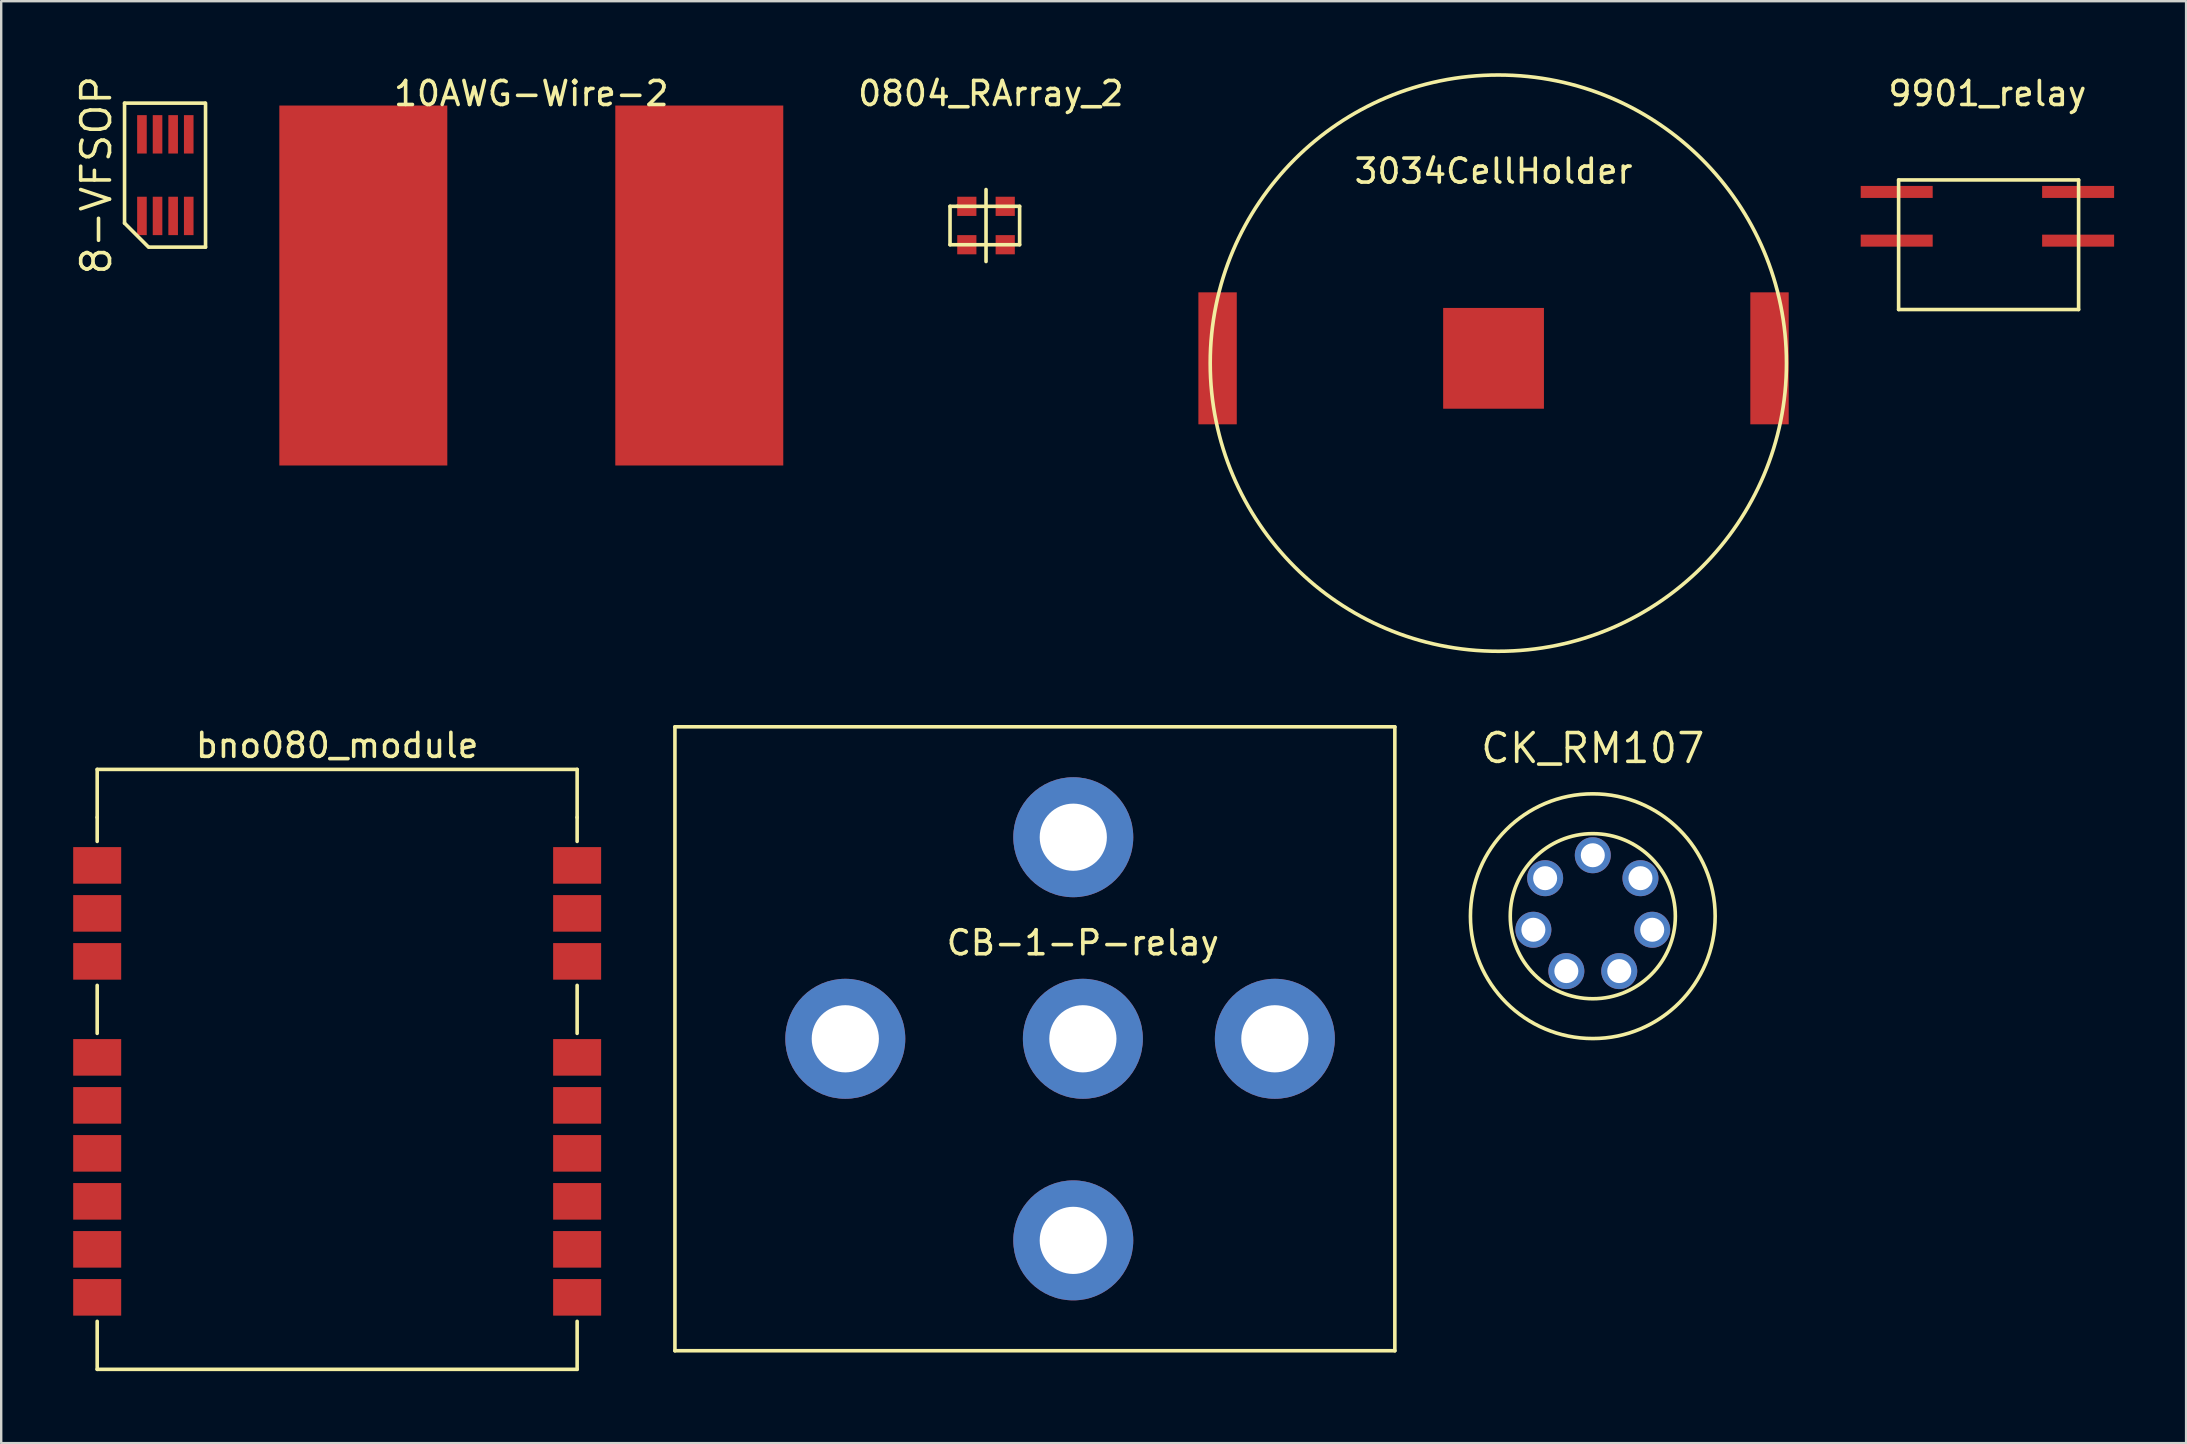
<source format=kicad_pcb>
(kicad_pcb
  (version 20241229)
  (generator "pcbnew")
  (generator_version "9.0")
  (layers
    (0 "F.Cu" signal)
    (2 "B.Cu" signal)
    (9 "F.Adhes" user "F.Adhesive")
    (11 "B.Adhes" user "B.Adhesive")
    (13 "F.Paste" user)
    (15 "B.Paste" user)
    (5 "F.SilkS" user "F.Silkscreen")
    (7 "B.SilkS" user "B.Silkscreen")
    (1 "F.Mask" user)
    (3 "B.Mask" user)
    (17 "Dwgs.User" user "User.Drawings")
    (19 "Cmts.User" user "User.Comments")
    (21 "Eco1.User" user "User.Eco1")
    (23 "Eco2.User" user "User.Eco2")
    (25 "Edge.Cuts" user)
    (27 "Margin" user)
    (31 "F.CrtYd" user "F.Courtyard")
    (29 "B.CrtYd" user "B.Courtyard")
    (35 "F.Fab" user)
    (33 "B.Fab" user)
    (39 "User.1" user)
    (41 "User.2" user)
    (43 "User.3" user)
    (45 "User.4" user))
  (footprint "3034CellHolder"
    (layer "F.Cu")
    (at 59.188 11.882)
    (property "Reference" "3034CellHolder" (at 0 -7.8 0) (layer "F.SilkS") (effects (font (size 1 1) (thickness 0.15))))
    (attr through_hole)
    (fp_circle (center 0.2 0.2) (end 12.2 -0.2) (stroke (width 0.15) (type solid)) (fill no) (layer "F.SilkS"))
    (pad "1" smd rect (at -11.5 0) (size 1.6 5.5) (layers "F.Cu" "F.Mask" "F.Paste"))
    (pad "1" smd rect (at 11.5 0) (size 1.6 5.5) (layers "F.Cu" "F.Mask" "F.Paste"))
    (pad "2" smd rect (at 0 0) (size 4.2 4.2) (layers "F.Cu" "F.Mask" "F.Paste")))
  (footprint "10AWG-Wire-2"
    (layer "F.Cu")
    (at 19.09 8.848)
    (property "Reference" "10AWG-Wire-2" (at 0 -8 0) (layer "F.SilkS") (effects (font (size 1 1) (thickness 0.15))))
    (attr through_hole)
    (pad "1" smd rect (at -7 0) (size 7 15) (layers "F.Cu" "F.Mask" "F.Paste"))
    (pad "2" smd rect (at 7 0) (size 7 15) (layers "F.Cu" "F.Mask" "F.Paste")))
  (footprint "8-VFSOP"
    (layer "F.Cu")
    (at 3.84 4.248)
    (property "Reference" "8-VFSOP" (at -2.875 0 90) (layer "F.SilkS") (effects (font (size 1.2 1.2) (thickness 0.15))))
    (attr through_hole)
    (fp_line (start -1.7 -3) (end -1.7 2) (stroke (width 0.15) (type solid)) (layer "F.SilkS"))
    (fp_line (start -1.7 -3) (end 1.65 -3) (stroke (width 0.15) (type solid)) (layer "F.SilkS"))
    (fp_line (start -1.7 2) (end -0.7 3) (stroke (width 0.15) (type solid)) (layer "F.SilkS"))
    (fp_line (start 1.675 3) (end -0.675 3) (stroke (width 0.15) (type solid)) (layer "F.SilkS"))
    (fp_line (start 1.675 3) (end 1.675 -3) (stroke (width 0.15) (type solid)) (layer "F.SilkS"))
    (pad "1" smd rect (at -0.975 1.7) (size 0.4 1.6) (layers "F.Cu" "F.Mask" "F.Paste"))
    (pad "2" smd rect (at -0.325 1.7) (size 0.4 1.6) (layers "F.Cu" "F.Mask" "F.Paste"))
    (pad "3" smd rect (at 0.325 1.7) (size 0.4 1.6) (layers "F.Cu" "F.Mask" "F.Paste"))
    (pad "4" smd rect (at 0.975 1.7) (size 0.4 1.6) (layers "F.Cu" "F.Mask" "F.Paste"))
    (pad "5" smd rect (at 0.975 -1.7) (size 0.4 1.6) (layers "F.Cu" "F.Mask" "F.Paste"))
    (pad "6" smd rect (at 0.325 -1.7) (size 0.4 1.6) (layers "F.Cu" "F.Mask" "F.Paste"))
    (pad "7" smd rect (at -0.325 -1.7) (size 0.4 1.6) (layers "F.Cu" "F.Mask" "F.Paste"))
    (pad "8" smd rect (at -0.975 -1.7) (size 0.4 1.6) (layers "F.Cu" "F.Mask" "F.Paste")))
  (footprint "9901_relay"
    (layer "F.Cu")
    (at 79.768 4.948)
    (property "Reference" "9901_relay" (at 0 -4.1 0) (layer "F.SilkS") (effects (font (size 1 1) (thickness 0.15))))
    (attr through_hole)
    (fp_line (start -3.7 -0.5) (end -3.7 4.9) (stroke (width 0.15) (type solid)) (layer "F.SilkS"))
    (fp_line (start -3.7 4.9) (end 3.8 4.9) (stroke (width 0.15) (type solid)) (layer "F.SilkS"))
    (fp_line (start 3.8 -0.5) (end -3.7 -0.5) (stroke (width 0.15) (type solid)) (layer "F.SilkS"))
    (fp_line (start 3.8 4.9) (end 3.8 -0.5) (stroke (width 0.15) (type solid)) (layer "F.SilkS"))
    (pad "1" smd rect (at -3.78 0) (size 3 0.5) (layers "F.Cu" "F.Mask" "F.Paste"))
    (pad "2" smd rect (at 3.78 0) (size 3 0.5) (layers "F.Cu" "F.Mask" "F.Paste"))
    (pad "5" smd rect (at -3.78 2.03) (size 3 0.5) (layers "F.Cu" "F.Mask" "F.Paste"))
    (pad "6" smd rect (at 3.78 2.03) (size 3 0.5) (layers "F.Cu" "F.Mask" "F.Paste")))
  (footprint "CB-1-P-relay"
    (layer "F.Cu")
    (at 42.075 40.238)
    (property "Reference" "CB-1-P-relay" (at 0 -4 0) (layer "F.SilkS") (effects (font (size 1 1) (thickness 0.15))))
    (attr through_hole)
    (fp_line (start -17 -13) (end 13 -13) (stroke (width 0.15) (type solid)) (layer "F.SilkS"))
    (fp_line (start -17 13) (end -17 -13) (stroke (width 0.15) (type solid)) (layer "F.SilkS"))
    (fp_line (start 13 -13) (end 13 13) (stroke (width 0.15) (type solid)) (layer "F.SilkS"))
    (fp_line (start 13 13) (end -17 13) (stroke (width 0.15) (type solid)) (layer "F.SilkS"))
    (pad "30" thru_hole circle (at -9.9 0) (size 5 5) (drill 2.8) (layers "*.Cu" "*.Mask"))
    (pad "85" thru_hole circle (at -0.4 8.4) (size 5 5) (drill 2.8) (layers "*.Cu" "*.Mask"))
    (pad "86" thru_hole circle (at -0.4 -8.4) (size 5 5) (drill 2.8) (layers "*.Cu" "*.Mask"))
    (pad "87" thru_hole circle (at 8 0) (size 5 5) (drill 2.8) (layers "*.Cu" "*.Mask"))
    (pad "87a" thru_hole circle (at 0 0) (size 5 5) (drill 2.8) (layers "*.Cu" "*.Mask")))
  (footprint "bno080_module"
    (layer "F.Cu")
    (at 11 46.012)
    (property "Reference" "bno080_module" (at 0 -18 0) (layer "F.SilkS") (effects (font (size 1 1) (thickness 0.15))))
    (attr through_hole)
    (fp_line (start -10 -17) (end -10 -15) (stroke (width 0.15) (type solid)) (layer "F.SilkS"))
    (fp_line (start -10 -17) (end 10 -17) (stroke (width 0.15) (type solid)) (layer "F.SilkS"))
    (fp_line (start -10 -14) (end -10 -15) (stroke (width 0.15) (type solid)) (layer "F.SilkS"))
    (fp_line (start -10 -8) (end -10 -6) (stroke (width 0.15) (type solid)) (layer "F.SilkS"))
    (fp_line (start -10 6) (end -10 8) (stroke (width 0.15) (type solid)) (layer "F.SilkS"))
    (fp_line (start -10 8) (end 10 8) (stroke (width 0.15) (type solid)) (layer "F.SilkS"))
    (fp_line (start 10 -17) (end 10 -15) (stroke (width 0.15) (type solid)) (layer "F.SilkS"))
    (fp_line (start 10 -15) (end 10 -14) (stroke (width 0.15) (type solid)) (layer "F.SilkS"))
    (fp_line (start 10 -8) (end 10 -6) (stroke (width 0.15) (type solid)) (layer "F.SilkS"))
    (fp_line (start 10 8) (end 10 6) (stroke (width 0.15) (type solid)) (layer "F.SilkS"))
    (pad "1" smd rect (at -10 -13) (size 2 1.524) (layers "F.Cu" "F.Mask" "F.Paste"))
    (pad "2" smd rect (at -10 -11) (size 2 1.524) (layers "F.Cu" "F.Mask" "F.Paste"))
    (pad "3" smd rect (at -10 -9) (size 2 1.524) (layers "F.Cu" "F.Mask" "F.Paste"))
    (pad "4" smd rect (at -10 -5) (size 2 1.524) (layers "F.Cu" "F.Mask" "F.Paste"))
    (pad "5" smd rect (at -10 -3) (size 2 1.524) (layers "F.Cu" "F.Mask" "F.Paste"))
    (pad "6" smd rect (at -10 -1) (size 2 1.524) (layers "F.Cu" "F.Mask" "F.Paste"))
    (pad "7" smd rect (at -10 1) (size 2 1.524) (layers "F.Cu" "F.Mask" "F.Paste"))
    (pad "8" smd rect (at -10 3) (size 2 1.524) (layers "F.Cu" "F.Mask" "F.Paste"))
    (pad "9" smd rect (at -10 5) (size 2 1.524) (layers "F.Cu" "F.Mask" "F.Paste"))
    (pad "10" smd rect (at 10 5) (size 2 1.524) (layers "F.Cu" "F.Mask" "F.Paste"))
    (pad "11" smd rect (at 10 3) (size 2 1.524) (layers "F.Cu" "F.Mask" "F.Paste"))
    (pad "12" smd rect (at 10 1) (size 2 1.524) (layers "F.Cu" "F.Mask" "F.Paste"))
    (pad "13" smd rect (at 10 -1) (size 2 1.524) (layers "F.Cu" "F.Mask" "F.Paste"))
    (pad "14" smd rect (at 10 -3) (size 2 1.524) (layers "F.Cu" "F.Mask" "F.Paste"))
    (pad "15" smd rect (at 10 -5) (size 2 1.524) (layers "F.Cu" "F.Mask" "F.Paste"))
    (pad "16" smd rect (at 10 -9) (size 2 1.524) (layers "F.Cu" "F.Mask" "F.Paste"))
    (pad "17" smd rect (at 10 -11) (size 2 1.524) (layers "F.Cu" "F.Mask" "F.Paste"))
    (pad "18" smd rect (at 10 -13) (size 2 1.524) (layers "F.Cu" "F.Mask" "F.Paste")))
  (footprint "0804_RArray_2"
    (layer "F.Cu")
    (at 38.039 6.348)
    (property "Reference" "0804_RArray_2" (at 0.2 -5.5 0) (layer "F.SilkS") (effects (font (size 1 1) (thickness 0.15))))
    (attr through_hole)
    (fp_line (start -1.5 -0.8) (end -1.5 0.8) (stroke (width 0.15) (type solid)) (layer "F.SilkS"))
    (fp_line (start -1.5 0.8) (end 1.4 0.8) (stroke (width 0.15) (type solid)) (layer "F.SilkS"))
    (fp_line (start -1.2 -0.8) (end -1.5 -0.8) (stroke (width 0.15) (type solid)) (layer "F.SilkS"))
    (fp_line (start 0 -1.5) (end 0 1.5) (stroke (width 0.15) (type solid)) (layer "F.SilkS"))
    (fp_line (start 1.4 -0.8) (end -1.2 -0.8) (stroke (width 0.15) (type solid)) (layer "F.SilkS"))
    (fp_line (start 1.4 0.8) (end 1.4 -0.8) (stroke (width 0.15) (type solid)) (layer "F.SilkS"))
    (pad "1" smd rect (at -0.8 0.8) (size 0.8 0.8) (layers "F.Cu" "F.Mask" "F.Paste"))
    (pad "2" smd rect (at 0.8 0.8) (size 0.8 0.8) (layers "F.Cu" "F.Mask" "F.Paste"))
    (pad "3" smd rect (at 0.8 -0.8) (size 0.8 0.8) (layers "F.Cu" "F.Mask" "F.Paste"))
    (pad "4" smd rect (at -0.8 -0.8) (size 0.8 0.8) (layers "F.Cu" "F.Mask" "F.Paste")))
  (footprint "CK_RM107"
    (layer "F.Cu")
    (at 63.324 35.129)
    (property "Reference" "CK_RM107" (at 0 -7 0) (layer "F.SilkS") (effects (font (size 1.2 1.2) (thickness 0.15))))
    (attr through_hole)
    (fp_circle (center 0 0) (end 0 3.44) (stroke (width 0.15) (type solid)) (fill no) (layer "F.SilkS"))
    (fp_circle (center 0 0) (end 5 1) (stroke (width 0.15) (type solid)) (fill no) (layer "F.SilkS"))
    (pad "1" thru_hole oval (at 0 -2.54) (size 1.5 1.5) (drill 1) (layers "*.Cu" "*.Mask"))
    (pad "2" thru_hole oval (at 1.986 -1.584) (size 1.5 1.5) (drill 1) (layers "*.Cu" "*.Mask"))
    (pad "3" thru_hole oval (at 2.476 0.565) (size 1.5 1.5) (drill 1) (layers "*.Cu" "*.Mask"))
    (pad "4" thru_hole oval (at 1.102 2.288) (size 1.5 1.5) (drill 1) (layers "*.Cu" "*.Mask"))
    (pad "5" thru_hole oval (at -1.102 2.288) (size 1.5 1.5) (drill 1) (layers "*.Cu" "*.Mask"))
    (pad "6" thru_hole oval (at -2.476 0.565) (size 1.5 1.5) (drill 1) (layers "*.Cu" "*.Mask"))
    (pad "7" thru_hole oval (at -1.986 -1.584) (size 1.5 1.5) (drill 1) (layers "*.Cu" "*.Mask")))
  (gr_rect
    (start -3 -3)
    (end 88.048 57.087)
    (stroke (width 0.1) (type default))
    (fill no)
    (layer "Edge.Cuts")))
</source>
